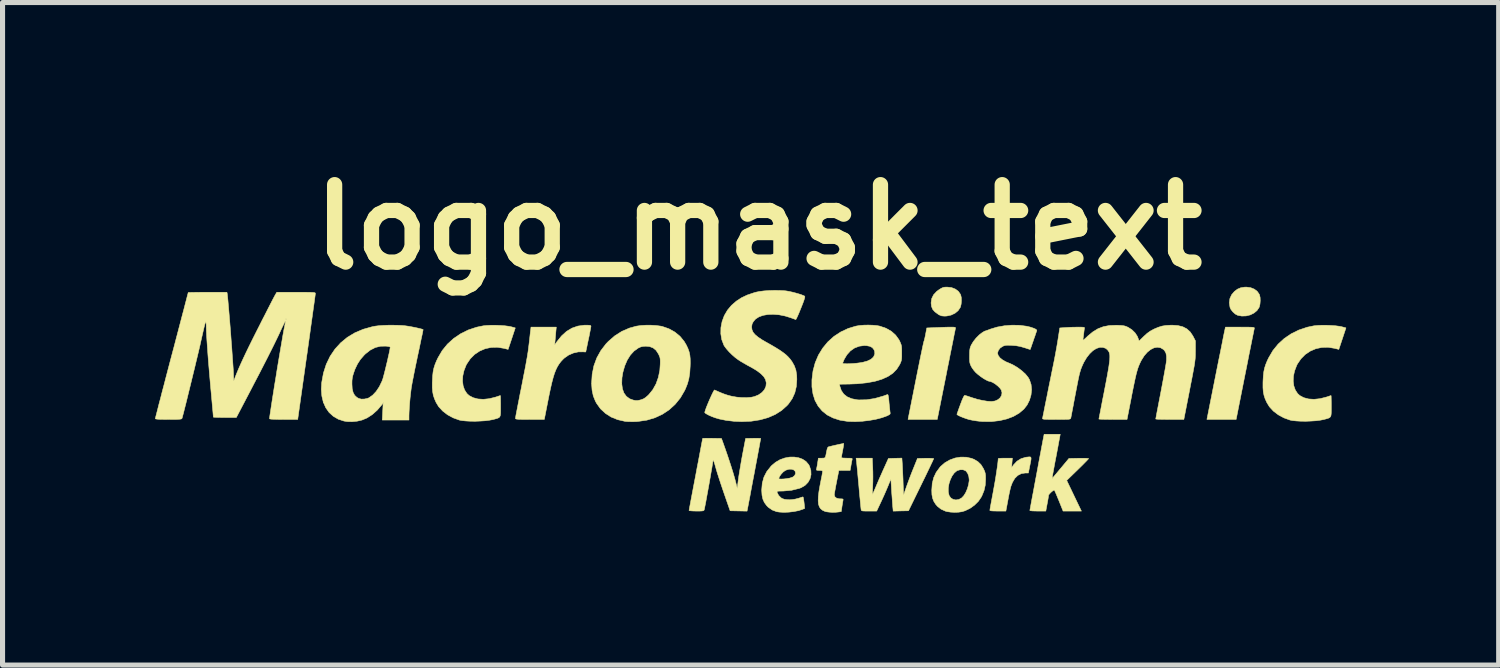
<source format=kicad_pcb>
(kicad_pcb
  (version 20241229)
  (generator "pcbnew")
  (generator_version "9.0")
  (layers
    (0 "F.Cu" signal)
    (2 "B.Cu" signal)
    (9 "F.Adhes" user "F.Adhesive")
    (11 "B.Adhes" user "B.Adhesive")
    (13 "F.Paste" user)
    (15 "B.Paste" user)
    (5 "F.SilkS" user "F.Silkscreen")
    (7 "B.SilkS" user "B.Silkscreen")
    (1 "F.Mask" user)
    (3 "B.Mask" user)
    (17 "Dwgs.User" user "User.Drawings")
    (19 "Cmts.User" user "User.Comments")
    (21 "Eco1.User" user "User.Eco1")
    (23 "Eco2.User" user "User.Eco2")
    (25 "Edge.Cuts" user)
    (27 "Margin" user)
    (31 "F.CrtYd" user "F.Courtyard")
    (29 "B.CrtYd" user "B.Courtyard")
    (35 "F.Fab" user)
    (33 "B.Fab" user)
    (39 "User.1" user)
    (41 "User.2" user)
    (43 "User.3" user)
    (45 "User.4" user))
  (footprint "logo_mask_text"
    (layer "F.Cu")
    (at 11.88 1.418)
    (property "Reference" "logo_mask_text" (at 0 0 0) (layer "F.SilkS") (effects (font (size 1.524 1.524) (thickness 0.3))))
    (attr through_hole)
    (fp_poly (pts (xy 9.678 1.192) (xy 9.75 1.221) (xy 9.808 1.265) (xy 9.848 1.323) (xy 9.854 1.338) (xy 9.865 1.387) (xy 9.867 1.45) (xy 9.862 1.515) (xy 9.849 1.57) (xy 9.844 1.582) (xy 9.803 1.643) (xy 9.743 1.692) (xy 9.671 1.728) (xy 9.59 1.748) (xy 9.505 1.751) (xy 9.424 1.736) (xy 9.376 1.711) (xy 9.329 1.669) (xy 9.291 1.621) (xy 9.272 1.579) (xy 9.259 1.489) (xy 9.27 1.406) (xy 9.305 1.33) (xy 9.36 1.266) (xy 9.42 1.221) (xy 9.484 1.194) (xy 9.56 1.182) (xy 9.596 1.181) (xy 9.678 1.192)) (stroke (width 0.01) (type solid)) (fill yes) (layer "F.SilkS"))
    (fp_poly (pts (xy 3.794 1.191) (xy 3.868 1.22) (xy 3.927 1.264) (xy 3.968 1.323) (xy 3.974 1.338) (xy 3.985 1.387) (xy 3.987 1.45) (xy 3.982 1.515) (xy 3.969 1.57) (xy 3.964 1.582) (xy 3.922 1.645) (xy 3.861 1.695) (xy 3.785 1.731) (xy 3.699 1.75) (xy 3.652 1.752) (xy 3.597 1.747) (xy 3.548 1.727) (xy 3.531 1.716) (xy 3.466 1.668) (xy 3.423 1.62) (xy 3.4 1.565) (xy 3.391 1.499) (xy 3.391 1.487) (xy 3.403 1.407) (xy 3.439 1.333) (xy 3.499 1.268) (xy 3.543 1.235) (xy 3.587 1.207) (xy 3.621 1.191) (xy 3.653 1.183) (xy 3.694 1.181) (xy 3.708 1.181) (xy 3.794 1.191)) (stroke (width 0.01) (type solid)) (fill yes) (layer "F.SilkS"))
    (fp_poly (pts (xy 9.562 1.969) (xy 9.632 1.969) (xy 9.683 1.97) (xy 9.717 1.972) (xy 9.738 1.975) (xy 9.749 1.98) (xy 9.752 1.986) (xy 9.751 1.991) (xy 9.748 2.007) (xy 9.74 2.045) (xy 9.728 2.105) (xy 9.712 2.183) (xy 9.693 2.278) (xy 9.671 2.388) (xy 9.646 2.51) (xy 9.62 2.644) (xy 9.592 2.785) (xy 9.569 2.899) (xy 9.393 3.785) (xy 8.818 3.785) (xy 8.993 2.905) (xy 9.022 2.759) (xy 9.05 2.619) (xy 9.077 2.488) (xy 9.101 2.369) (xy 9.122 2.262) (xy 9.14 2.17) (xy 9.155 2.096) (xy 9.167 2.041) (xy 9.174 2.007) (xy 9.176 1.997) (xy 9.183 1.968) (xy 9.47 1.968) (xy 9.562 1.969)) (stroke (width 0.01) (type solid)) (fill yes) (layer "F.SilkS"))
    (fp_poly (pts (xy 3.83 1.969) (xy 3.858 1.972) (xy 3.87 1.978) (xy 3.871 1.988) (xy 3.871 1.991) (xy 3.867 2.007) (xy 3.86 2.045) (xy 3.847 2.105) (xy 3.832 2.183) (xy 3.813 2.278) (xy 3.791 2.388) (xy 3.766 2.51) (xy 3.74 2.644) (xy 3.711 2.785) (xy 3.689 2.899) (xy 3.512 3.785) (xy 2.937 3.785) (xy 3.088 3.026) (xy 3.115 2.89) (xy 3.141 2.762) (xy 3.165 2.643) (xy 3.187 2.535) (xy 3.207 2.441) (xy 3.223 2.363) (xy 3.236 2.304) (xy 3.245 2.265) (xy 3.249 2.248) (xy 3.25 2.248) (xy 3.256 2.228) (xy 3.266 2.189) (xy 3.277 2.138) (xy 3.283 2.107) (xy 3.306 1.985) (xy 3.496 1.977) (xy 3.573 1.974) (xy 3.65 1.971) (xy 3.719 1.969) (xy 3.772 1.969) (xy 3.782 1.968) (xy 3.83 1.969)) (stroke (width 0.01) (type solid)) (fill yes) (layer "F.SilkS"))
    (fp_poly (pts (xy 5.353 4.529) (xy 5.358 4.547) (xy 5.356 4.579) (xy 5.347 4.628) (xy 5.333 4.699) (xy 5.332 4.702) (xy 5.305 4.839) (xy 5.243 4.839) (xy 5.165 4.851) (xy 5.097 4.886) (xy 5.038 4.944) (xy 4.991 5.024) (xy 4.962 5.099) (xy 4.952 5.135) (xy 4.939 5.19) (xy 4.925 5.256) (xy 4.911 5.326) (xy 4.909 5.34) (xy 4.896 5.408) (xy 4.885 5.468) (xy 4.876 5.517) (xy 4.87 5.548) (xy 4.869 5.553) (xy 4.862 5.588) (xy 4.704 5.588) (xy 4.628 5.587) (xy 4.577 5.584) (xy 4.55 5.578) (xy 4.547 5.574) (xy 4.549 5.559) (xy 4.555 5.521) (xy 4.565 5.466) (xy 4.578 5.396) (xy 4.593 5.314) (xy 4.61 5.224) (xy 4.61 5.223) (xy 4.629 5.119) (xy 4.648 5.013) (xy 4.665 4.91) (xy 4.68 4.811) (xy 4.693 4.723) (xy 4.703 4.648) (xy 4.709 4.59) (xy 4.712 4.556) (xy 4.723 4.552) (xy 4.756 4.549) (xy 4.803 4.547) (xy 4.851 4.547) (xy 4.99 4.547) (xy 4.982 4.639) (xy 4.975 4.731) (xy 5.014 4.678) (xy 5.081 4.607) (xy 5.161 4.557) (xy 5.254 4.529) (xy 5.283 4.526) (xy 5.316 4.522) (xy 5.339 4.522) (xy 5.353 4.529)) (stroke (width 0.01) (type solid)) (fill yes) (layer "F.SilkS"))
    (fp_poly (pts (xy 4.082 4.528) (xy 4.186 4.551) (xy 4.237 4.571) (xy 4.312 4.616) (xy 4.371 4.673) (xy 4.418 4.748) (xy 4.428 4.769) (xy 4.446 4.809) (xy 4.456 4.845) (xy 4.462 4.884) (xy 4.463 4.937) (xy 4.463 4.966) (xy 4.456 5.08) (xy 4.433 5.183) (xy 4.393 5.282) (xy 4.378 5.312) (xy 4.321 5.396) (xy 4.244 5.472) (xy 4.154 5.536) (xy 4.058 5.582) (xy 3.999 5.6) (xy 3.932 5.61) (xy 3.855 5.613) (xy 3.777 5.609) (xy 3.708 5.599) (xy 3.674 5.59) (xy 3.586 5.55) (xy 3.517 5.496) (xy 3.479 5.452) (xy 3.443 5.394) (xy 3.42 5.334) (xy 3.407 5.265) (xy 3.404 5.179) (xy 3.404 5.177) (xy 3.407 5.136) (xy 3.729 5.136) (xy 3.729 5.214) (xy 3.745 5.28) (xy 3.745 5.282) (xy 3.778 5.329) (xy 3.824 5.358) (xy 3.878 5.369) (xy 3.936 5.36) (xy 3.991 5.331) (xy 4.034 5.286) (xy 4.073 5.223) (xy 4.105 5.148) (xy 4.128 5.068) (xy 4.14 4.99) (xy 4.14 4.97) (xy 4.133 4.908) (xy 4.113 4.851) (xy 4.084 4.808) (xy 4.067 4.793) (xy 4.019 4.775) (xy 3.962 4.775) (xy 3.906 4.791) (xy 3.897 4.796) (xy 3.847 4.838) (xy 3.803 4.899) (xy 3.768 4.973) (xy 3.742 5.054) (xy 3.729 5.136) (xy 3.407 5.136) (xy 3.413 5.046) (xy 3.442 4.93) (xy 3.491 4.826) (xy 3.562 4.729) (xy 3.577 4.711) (xy 3.661 4.638) (xy 3.758 4.582) (xy 3.863 4.544) (xy 3.973 4.526) (xy 4.082 4.528)) (stroke (width 0.01) (type solid)) (fill yes) (layer "F.SilkS"))
    (fp_poly (pts (xy -5.178 1.932) (xy -5.084 1.936) (xy -4.997 1.942) (xy -4.921 1.952) (xy -4.875 1.961) (xy -4.791 1.984) (xy -4.861 2.195) (xy -4.932 2.407) (xy -5.015 2.386) (xy -5.141 2.365) (xy -5.265 2.368) (xy -5.383 2.393) (xy -5.493 2.44) (xy -5.592 2.506) (xy -5.677 2.592) (xy -5.746 2.694) (xy -5.761 2.723) (xy -5.801 2.827) (xy -5.824 2.93) (xy -5.829 3.031) (xy -5.817 3.124) (xy -5.788 3.206) (xy -5.743 3.275) (xy -5.7 3.315) (xy -5.62 3.357) (xy -5.526 3.382) (xy -5.419 3.389) (xy -5.304 3.377) (xy -5.183 3.347) (xy -5.145 3.335) (xy -5.111 3.323) (xy -5.089 3.316) (xy -5.085 3.315) (xy -5.083 3.327) (xy -5.082 3.36) (xy -5.081 3.41) (xy -5.08 3.473) (xy -5.08 3.524) (xy -5.08 3.604) (xy -5.081 3.662) (xy -5.085 3.703) (xy -5.095 3.731) (xy -5.112 3.749) (xy -5.14 3.762) (xy -5.181 3.774) (xy -5.229 3.787) (xy -5.297 3.8) (xy -5.382 3.811) (xy -5.478 3.817) (xy -5.578 3.821) (xy -5.677 3.82) (xy -5.767 3.815) (xy -5.844 3.807) (xy -5.89 3.798) (xy -6.012 3.754) (xy -6.123 3.694) (xy -6.219 3.62) (xy -6.298 3.535) (xy -6.349 3.451) (xy -6.381 3.378) (xy -6.404 3.31) (xy -6.417 3.239) (xy -6.424 3.159) (xy -6.424 3.063) (xy -6.422 3.029) (xy -6.417 2.93) (xy -6.408 2.848) (xy -6.393 2.776) (xy -6.371 2.706) (xy -6.34 2.63) (xy -6.312 2.572) (xy -6.229 2.43) (xy -6.126 2.303) (xy -6.005 2.193) (xy -5.868 2.1) (xy -5.717 2.025) (xy -5.552 1.97) (xy -5.421 1.943) (xy -5.353 1.936) (xy -5.27 1.932) (xy -5.178 1.932)) (stroke (width 0.01) (type solid)) (fill yes) (layer "F.SilkS"))
    (fp_poly (pts (xy 11.167 1.932) (xy 11.26 1.936) (xy 11.348 1.942) (xy 11.423 1.952) (xy 11.47 1.961) (xy 11.554 1.984) (xy 11.484 2.195) (xy 11.413 2.407) (xy 11.33 2.386) (xy 11.204 2.365) (xy 11.08 2.368) (xy 10.962 2.393) (xy 10.852 2.44) (xy 10.753 2.506) (xy 10.668 2.592) (xy 10.598 2.694) (xy 10.584 2.723) (xy 10.544 2.827) (xy 10.521 2.93) (xy 10.516 3.031) (xy 10.528 3.124) (xy 10.557 3.206) (xy 10.602 3.275) (xy 10.645 3.315) (xy 10.724 3.357) (xy 10.819 3.382) (xy 10.925 3.389) (xy 11.041 3.377) (xy 11.162 3.347) (xy 11.2 3.335) (xy 11.234 3.323) (xy 11.256 3.316) (xy 11.26 3.315) (xy 11.262 3.327) (xy 11.263 3.36) (xy 11.264 3.41) (xy 11.265 3.473) (xy 11.265 3.524) (xy 11.265 3.604) (xy 11.264 3.662) (xy 11.26 3.703) (xy 11.25 3.731) (xy 11.232 3.749) (xy 11.205 3.762) (xy 11.164 3.774) (xy 11.115 3.787) (xy 11.048 3.8) (xy 10.963 3.811) (xy 10.867 3.817) (xy 10.767 3.821) (xy 10.668 3.82) (xy 10.578 3.815) (xy 10.501 3.807) (xy 10.455 3.798) (xy 10.333 3.754) (xy 10.222 3.694) (xy 10.125 3.62) (xy 10.047 3.535) (xy 9.996 3.451) (xy 9.963 3.378) (xy 9.941 3.31) (xy 9.927 3.239) (xy 9.921 3.159) (xy 9.921 3.063) (xy 9.922 3.029) (xy 9.928 2.93) (xy 9.937 2.848) (xy 9.952 2.776) (xy 9.974 2.706) (xy 10.005 2.63) (xy 10.033 2.572) (xy 10.116 2.43) (xy 10.219 2.303) (xy 10.339 2.193) (xy 10.476 2.1) (xy 10.628 2.025) (xy 10.793 1.97) (xy 10.923 1.943) (xy 10.991 1.936) (xy 11.075 1.932) (xy 11.167 1.932)) (stroke (width 0.01) (type solid)) (fill yes) (layer "F.SilkS"))
    (fp_poly (pts (xy 5.923 4.124) (xy 5.919 4.149) (xy 5.91 4.194) (xy 5.898 4.258) (xy 5.884 4.336) (xy 5.867 4.425) (xy 5.849 4.521) (xy 5.841 4.559) (xy 5.823 4.655) (xy 5.807 4.742) (xy 5.793 4.818) (xy 5.782 4.879) (xy 5.774 4.922) (xy 5.77 4.945) (xy 5.77 4.948) (xy 5.778 4.939) (xy 5.801 4.914) (xy 5.834 4.875) (xy 5.876 4.825) (xy 5.925 4.766) (xy 5.938 4.751) (xy 6.103 4.553) (xy 6.296 4.549) (xy 6.363 4.549) (xy 6.42 4.549) (xy 6.463 4.551) (xy 6.486 4.554) (xy 6.49 4.556) (xy 6.481 4.567) (xy 6.457 4.593) (xy 6.419 4.632) (xy 6.371 4.681) (xy 6.314 4.737) (xy 6.275 4.775) (xy 6.059 4.985) (xy 6.348 5.588) (xy 6.168 5.588) (xy 5.988 5.588) (xy 5.906 5.384) (xy 5.878 5.317) (xy 5.854 5.258) (xy 5.834 5.213) (xy 5.821 5.184) (xy 5.816 5.175) (xy 5.801 5.179) (xy 5.777 5.196) (xy 5.748 5.221) (xy 5.722 5.248) (xy 5.705 5.27) (xy 5.702 5.279) (xy 5.7 5.299) (xy 5.694 5.338) (xy 5.685 5.39) (xy 5.675 5.443) (xy 5.648 5.588) (xy 5.491 5.588) (xy 5.431 5.587) (xy 5.382 5.585) (xy 5.348 5.581) (xy 5.334 5.577) (xy 5.334 5.576) (xy 5.336 5.563) (xy 5.343 5.527) (xy 5.353 5.471) (xy 5.366 5.399) (xy 5.382 5.312) (xy 5.401 5.214) (xy 5.421 5.107) (xy 5.442 4.993) (xy 5.464 4.877) (xy 5.486 4.759) (xy 5.507 4.643) (xy 5.528 4.532) (xy 5.548 4.428) (xy 5.565 4.334) (xy 5.581 4.253) (xy 5.593 4.187) (xy 5.603 4.139) (xy 5.608 4.112) (xy 5.608 4.112) (xy 5.615 4.077) (xy 5.932 4.077) (xy 5.923 4.124)) (stroke (width 0.01) (type solid)) (fill yes) (layer "F.SilkS"))
    (fp_poly (pts (xy -3.359 1.931) (xy -3.326 1.933) (xy -3.309 1.938) (xy -3.303 1.947) (xy -3.302 1.953) (xy -3.305 1.972) (xy -3.312 2.011) (xy -3.323 2.067) (xy -3.336 2.135) (xy -3.352 2.21) (xy -3.353 2.213) (xy -3.369 2.288) (xy -3.382 2.353) (xy -3.393 2.405) (xy -3.401 2.441) (xy -3.404 2.456) (xy -3.404 2.456) (xy -3.415 2.458) (xy -3.443 2.456) (xy -3.458 2.455) (xy -3.551 2.456) (xy -3.648 2.478) (xy -3.741 2.518) (xy -3.823 2.575) (xy -3.852 2.602) (xy -3.894 2.647) (xy -3.93 2.695) (xy -3.963 2.748) (xy -3.992 2.808) (xy -4.02 2.879) (xy -4.046 2.963) (xy -4.072 3.062) (xy -4.099 3.18) (xy -4.128 3.318) (xy -4.147 3.414) (xy -4.22 3.785) (xy -4.504 3.785) (xy -4.596 3.784) (xy -4.666 3.784) (xy -4.717 3.783) (xy -4.752 3.78) (xy -4.773 3.777) (xy -4.784 3.772) (xy -4.788 3.766) (xy -4.788 3.764) (xy -4.785 3.747) (xy -4.779 3.708) (xy -4.768 3.65) (xy -4.753 3.574) (xy -4.736 3.485) (xy -4.716 3.384) (xy -4.695 3.274) (xy -4.68 3.202) (xy -4.65 3.05) (xy -4.625 2.92) (xy -4.603 2.81) (xy -4.585 2.716) (xy -4.571 2.635) (xy -4.558 2.566) (xy -4.548 2.504) (xy -4.539 2.447) (xy -4.532 2.393) (xy -4.525 2.338) (xy -4.518 2.28) (xy -4.515 2.254) (xy -4.507 2.185) (xy -4.5 2.119) (xy -4.494 2.065) (xy -4.489 2.027) (xy -4.488 2.022) (xy -4.482 1.968) (xy -3.984 1.968) (xy -3.993 2.061) (xy -3.998 2.123) (xy -4.004 2.189) (xy -4.008 2.235) (xy -4.016 2.318) (xy -3.971 2.254) (xy -3.881 2.142) (xy -3.783 2.053) (xy -3.675 1.988) (xy -3.56 1.948) (xy -3.436 1.931) (xy -3.413 1.931) (xy -3.359 1.931)) (stroke (width 0.01) (type solid)) (fill yes) (layer "F.SilkS"))
    (fp_poly (pts (xy 0.784 4.539) (xy 0.863 4.568) (xy 0.93 4.613) (xy 0.982 4.674) (xy 0.998 4.704) (xy 1.025 4.789) (xy 1.028 4.872) (xy 1.009 4.951) (xy 0.969 5.023) (xy 0.91 5.083) (xy 0.833 5.128) (xy 0.799 5.141) (xy 0.645 5.179) (xy 0.48 5.194) (xy 0.453 5.194) (xy 0.404 5.195) (xy 0.375 5.197) (xy 0.362 5.202) (xy 0.359 5.212) (xy 0.362 5.223) (xy 0.39 5.279) (xy 0.438 5.327) (xy 0.459 5.34) (xy 0.505 5.357) (xy 0.569 5.365) (xy 0.642 5.364) (xy 0.717 5.353) (xy 0.784 5.336) (xy 0.825 5.322) (xy 0.856 5.312) (xy 0.869 5.309) (xy 0.875 5.319) (xy 0.882 5.353) (xy 0.89 5.41) (xy 0.896 5.464) (xy 0.903 5.536) (xy 0.86 5.554) (xy 0.784 5.579) (xy 0.692 5.597) (xy 0.593 5.609) (xy 0.495 5.613) (xy 0.406 5.608) (xy 0.352 5.6) (xy 0.263 5.566) (xy 0.185 5.511) (xy 0.155 5.48) (xy 0.11 5.419) (xy 0.081 5.354) (xy 0.064 5.277) (xy 0.058 5.183) (xy 0.058 5.169) (xy 0.069 5.038) (xy 0.094 4.95) (xy 0.394 4.95) (xy 0.405 4.956) (xy 0.436 4.958) (xy 0.481 4.957) (xy 0.533 4.952) (xy 0.587 4.943) (xy 0.611 4.939) (xy 0.671 4.918) (xy 0.708 4.886) (xy 0.724 4.846) (xy 0.724 4.839) (xy 0.713 4.801) (xy 0.684 4.776) (xy 0.642 4.764) (xy 0.592 4.765) (xy 0.537 4.782) (xy 0.513 4.795) (xy 0.478 4.821) (xy 0.443 4.859) (xy 0.414 4.899) (xy 0.397 4.934) (xy 0.394 4.95) (xy 0.094 4.95) (xy 0.102 4.919) (xy 0.158 4.81) (xy 0.238 4.709) (xy 0.254 4.692) (xy 0.332 4.627) (xy 0.418 4.577) (xy 0.51 4.544) (xy 0.604 4.526) (xy 0.697 4.525) (xy 0.784 4.539)) (stroke (width 0.01) (type solid)) (fill yes) (layer "F.SilkS"))
    (fp_poly (pts (xy -2.018 1.937) (xy -1.93 1.949) (xy -1.9 1.955) (xy -1.768 2.001) (xy -1.651 2.066) (xy -1.551 2.148) (xy -1.469 2.248) (xy -1.424 2.324) (xy -1.392 2.393) (xy -1.37 2.456) (xy -1.356 2.52) (xy -1.349 2.593) (xy -1.348 2.68) (xy -1.35 2.743) (xy -1.358 2.87) (xy -1.375 2.979) (xy -1.402 3.08) (xy -1.441 3.179) (xy -1.46 3.219) (xy -1.543 3.361) (xy -1.645 3.487) (xy -1.762 3.594) (xy -1.896 3.683) (xy -2.042 3.751) (xy -2.202 3.799) (xy -2.372 3.824) (xy -2.421 3.828) (xy -2.488 3.829) (xy -2.554 3.828) (xy -2.61 3.825) (xy -2.635 3.822) (xy -2.778 3.789) (xy -2.906 3.737) (xy -3.018 3.665) (xy -3.114 3.576) (xy -3.191 3.469) (xy -3.214 3.427) (xy -3.256 3.323) (xy -3.28 3.21) (xy -3.289 3.082) (xy -2.696 3.082) (xy -2.683 3.182) (xy -2.653 3.265) (xy -2.605 3.331) (xy -2.54 3.379) (xy -2.47 3.404) (xy -2.425 3.413) (xy -2.385 3.413) (xy -2.339 3.404) (xy -2.311 3.396) (xy -2.269 3.38) (xy -2.229 3.355) (xy -2.186 3.318) (xy -2.165 3.298) (xy -2.086 3.201) (xy -2.022 3.087) (xy -1.976 2.958) (xy -1.947 2.819) (xy -1.939 2.698) (xy -1.938 2.638) (xy -1.94 2.595) (xy -1.946 2.562) (xy -1.958 2.531) (xy -1.975 2.495) (xy -2.021 2.425) (xy -2.078 2.378) (xy -2.148 2.351) (xy -2.221 2.344) (xy -2.276 2.347) (xy -2.32 2.357) (xy -2.365 2.377) (xy -2.373 2.381) (xy -2.455 2.44) (xy -2.527 2.519) (xy -2.589 2.618) (xy -2.638 2.732) (xy -2.674 2.858) (xy -2.692 2.966) (xy -2.696 3.082) (xy -3.289 3.082) (xy -3.289 3.081) (xy -3.289 3.073) (xy -3.278 2.896) (xy -3.244 2.729) (xy -3.187 2.574) (xy -3.107 2.43) (xy -3.005 2.297) (xy -2.958 2.248) (xy -2.832 2.139) (xy -2.693 2.051) (xy -2.544 1.987) (xy -2.41 1.95) (xy -2.322 1.937) (xy -2.222 1.931) (xy -2.118 1.931) (xy -2.018 1.937)) (stroke (width 0.01) (type solid)) (fill yes) (layer "F.SilkS"))
    (fp_poly (pts (xy 2.824 4.664) (xy 2.827 4.715) (xy 2.83 4.786) (xy 2.834 4.868) (xy 2.838 4.956) (xy 2.84 5.028) (xy 2.849 5.275) (xy 2.903 5.117) (xy 2.928 5.048) (xy 2.959 4.964) (xy 2.993 4.874) (xy 3.027 4.788) (xy 3.04 4.756) (xy 3.122 4.553) (xy 3.282 4.549) (xy 3.342 4.549) (xy 3.392 4.55) (xy 3.427 4.553) (xy 3.442 4.556) (xy 3.442 4.557) (xy 3.436 4.57) (xy 3.421 4.604) (xy 3.396 4.656) (xy 3.364 4.724) (xy 3.325 4.805) (xy 3.281 4.897) (xy 3.232 4.997) (xy 3.194 5.075) (xy 2.946 5.582) (xy 2.795 5.585) (xy 2.645 5.589) (xy 2.636 5.496) (xy 2.631 5.433) (xy 2.626 5.359) (xy 2.62 5.279) (xy 2.614 5.199) (xy 2.61 5.125) (xy 2.606 5.062) (xy 2.603 5.015) (xy 2.603 4.997) (xy 2.602 4.976) (xy 2.599 4.969) (xy 2.592 4.978) (xy 2.58 5.005) (xy 2.56 5.053) (xy 2.555 5.067) (xy 2.532 5.122) (xy 2.502 5.192) (xy 2.468 5.27) (xy 2.432 5.349) (xy 2.414 5.388) (xy 2.32 5.588) (xy 2.17 5.588) (xy 2.106 5.588) (xy 2.063 5.587) (xy 2.037 5.584) (xy 2.023 5.578) (xy 2.016 5.569) (xy 2.014 5.559) (xy 2.011 5.54) (xy 2.007 5.499) (xy 2.001 5.439) (xy 1.994 5.363) (xy 1.985 5.274) (xy 1.976 5.175) (xy 1.969 5.093) (xy 1.959 4.987) (xy 1.95 4.888) (xy 1.942 4.798) (xy 1.934 4.72) (xy 1.928 4.659) (xy 1.924 4.617) (xy 1.922 4.601) (xy 1.915 4.547) (xy 2.233 4.547) (xy 2.242 4.732) (xy 2.245 4.819) (xy 2.246 4.916) (xy 2.245 5.012) (xy 2.242 5.091) (xy 2.239 5.153) (xy 2.237 5.205) (xy 2.237 5.241) (xy 2.238 5.257) (xy 2.239 5.258) (xy 2.246 5.244) (xy 2.26 5.212) (xy 2.281 5.165) (xy 2.305 5.109) (xy 2.309 5.099) (xy 2.338 5.031) (xy 2.373 4.949) (xy 2.412 4.862) (xy 2.449 4.778) (xy 2.462 4.75) (xy 2.551 4.553) (xy 2.683 4.549) (xy 2.816 4.546) (xy 2.824 4.664)) (stroke (width 0.01) (type solid)) (fill yes) (layer "F.SilkS"))
    (fp_poly (pts (xy 1.671 4.272) (xy 1.667 4.305) (xy 1.659 4.352) (xy 1.651 4.395) (xy 1.64 4.45) (xy 1.632 4.496) (xy 1.627 4.527) (xy 1.626 4.537) (xy 1.637 4.541) (xy 1.669 4.545) (xy 1.714 4.546) (xy 1.735 4.547) (xy 1.788 4.547) (xy 1.819 4.549) (xy 1.835 4.553) (xy 1.839 4.562) (xy 1.837 4.575) (xy 1.831 4.602) (xy 1.823 4.644) (xy 1.814 4.694) (xy 1.814 4.696) (xy 1.798 4.788) (xy 1.687 4.788) (xy 1.637 4.788) (xy 1.598 4.789) (xy 1.577 4.79) (xy 1.575 4.791) (xy 1.572 4.804) (xy 1.566 4.838) (xy 1.556 4.888) (xy 1.543 4.952) (xy 1.531 5.016) (xy 1.516 5.09) (xy 1.504 5.157) (xy 1.494 5.212) (xy 1.488 5.251) (xy 1.486 5.267) (xy 1.497 5.306) (xy 1.529 5.333) (xy 1.579 5.346) (xy 1.601 5.347) (xy 1.639 5.348) (xy 1.657 5.353) (xy 1.66 5.364) (xy 1.659 5.369) (xy 1.655 5.392) (xy 1.648 5.432) (xy 1.64 5.481) (xy 1.638 5.494) (xy 1.623 5.598) (xy 1.577 5.605) (xy 1.519 5.611) (xy 1.453 5.613) (xy 1.387 5.609) (xy 1.332 5.602) (xy 1.304 5.595) (xy 1.256 5.573) (xy 1.218 5.543) (xy 1.192 5.504) (xy 1.175 5.452) (xy 1.169 5.387) (xy 1.172 5.304) (xy 1.184 5.203) (xy 1.205 5.081) (xy 1.213 5.042) (xy 1.227 4.969) (xy 1.24 4.905) (xy 1.249 4.853) (xy 1.255 4.817) (xy 1.257 4.804) (xy 1.245 4.793) (xy 1.209 4.788) (xy 1.193 4.788) (xy 1.155 4.787) (xy 1.137 4.782) (xy 1.134 4.771) (xy 1.135 4.766) (xy 1.14 4.743) (xy 1.148 4.703) (xy 1.156 4.654) (xy 1.157 4.645) (xy 1.173 4.547) (xy 1.24 4.547) (xy 1.272 4.546) (xy 1.293 4.543) (xy 1.306 4.532) (xy 1.316 4.509) (xy 1.324 4.47) (xy 1.334 4.417) (xy 1.346 4.364) (xy 1.359 4.334) (xy 1.37 4.325) (xy 1.401 4.317) (xy 1.445 4.306) (xy 1.497 4.294) (xy 1.551 4.282) (xy 1.601 4.271) (xy 1.641 4.263) (xy 1.667 4.259) (xy 1.672 4.258) (xy 1.671 4.272)) (stroke (width 0.01) (type solid)) (fill yes) (layer "F.SilkS"))
    (fp_poly (pts (xy -0.005 4.156) (xy 0.027 4.157) (xy 0.038 4.16) (xy 0.036 4.174) (xy 0.029 4.209) (xy 0.019 4.264) (xy 0.006 4.336) (xy -0.01 4.421) (xy -0.028 4.518) (xy -0.048 4.624) (xy -0.069 4.735) (xy -0.09 4.849) (xy -0.112 4.963) (xy -0.133 5.075) (xy -0.153 5.181) (xy -0.171 5.28) (xy -0.188 5.368) (xy -0.202 5.442) (xy -0.213 5.5) (xy -0.221 5.539) (xy -0.223 5.553) (xy -0.231 5.589) (xy -0.564 5.582) (xy -0.683 5.239) (xy -0.717 5.139) (xy -0.751 5.038) (xy -0.783 4.94) (xy -0.812 4.85) (xy -0.835 4.775) (xy -0.849 4.724) (xy -0.866 4.664) (xy -0.881 4.618) (xy -0.892 4.589) (xy -0.898 4.582) (xy -0.899 4.585) (xy -0.904 4.62) (xy -0.913 4.675) (xy -0.924 4.746) (xy -0.939 4.83) (xy -0.955 4.923) (xy -0.972 5.021) (xy -0.99 5.121) (xy -1.008 5.219) (xy -1.025 5.312) (xy -1.04 5.396) (xy -1.054 5.467) (xy -1.065 5.522) (xy -1.072 5.557) (xy -1.075 5.566) (xy -1.08 5.575) (xy -1.093 5.582) (xy -1.118 5.586) (xy -1.16 5.588) (xy -1.221 5.588) (xy -1.226 5.588) (xy -1.284 5.587) (xy -1.33 5.584) (xy -1.361 5.581) (xy -1.372 5.576) (xy -1.369 5.562) (xy -1.363 5.525) (xy -1.352 5.468) (xy -1.338 5.392) (xy -1.321 5.301) (xy -1.301 5.196) (xy -1.279 5.08) (xy -1.255 4.955) (xy -1.238 4.866) (xy -1.214 4.736) (xy -1.19 4.614) (xy -1.169 4.502) (xy -1.15 4.401) (xy -1.134 4.315) (xy -1.121 4.246) (xy -1.111 4.196) (xy -1.106 4.166) (xy -1.105 4.16) (xy -1.093 4.157) (xy -1.06 4.156) (xy -1.011 4.155) (xy -0.949 4.155) (xy -0.919 4.156) (xy -0.734 4.159) (xy -0.699 4.255) (xy -0.658 4.371) (xy -0.616 4.492) (xy -0.576 4.613) (xy -0.538 4.73) (xy -0.505 4.836) (xy -0.479 4.926) (xy -0.465 4.977) (xy -0.423 5.141) (xy -0.402 4.968) (xy -0.393 4.904) (xy -0.38 4.822) (xy -0.364 4.727) (xy -0.347 4.626) (xy -0.329 4.525) (xy -0.32 4.477) (xy -0.259 4.159) (xy -0.111 4.156) (xy -0.053 4.155) (xy -0.005 4.156)) (stroke (width 0.01) (type solid)) (fill yes) (layer "F.SilkS"))
    (fp_poly (pts (xy 2.244 1.931) (xy 2.324 1.938) (xy 2.381 1.949) (xy 2.505 1.992) (xy 2.609 2.051) (xy 2.693 2.126) (xy 2.758 2.216) (xy 2.773 2.245) (xy 2.79 2.284) (xy 2.802 2.316) (xy 2.809 2.349) (xy 2.812 2.39) (xy 2.813 2.446) (xy 2.813 2.477) (xy 2.813 2.541) (xy 2.811 2.587) (xy 2.806 2.622) (xy 2.796 2.653) (xy 2.782 2.686) (xy 2.771 2.708) (xy 2.714 2.797) (xy 2.638 2.875) (xy 2.541 2.94) (xy 2.423 2.993) (xy 2.284 3.035) (xy 2.124 3.064) (xy 1.942 3.083) (xy 1.787 3.089) (xy 1.587 3.092) (xy 1.595 3.131) (xy 1.624 3.217) (xy 1.673 3.287) (xy 1.74 3.34) (xy 1.827 3.377) (xy 1.933 3.398) (xy 1.97 3.401) (xy 2.121 3.398) (xy 2.281 3.373) (xy 2.447 3.326) (xy 2.529 3.296) (xy 2.537 3.296) (xy 2.544 3.305) (xy 2.549 3.327) (xy 2.555 3.365) (xy 2.561 3.423) (xy 2.564 3.463) (xy 2.571 3.529) (xy 2.577 3.587) (xy 2.582 3.632) (xy 2.586 3.658) (xy 2.586 3.661) (xy 2.584 3.677) (xy 2.567 3.692) (xy 2.529 3.712) (xy 2.522 3.715) (xy 2.422 3.751) (xy 2.303 3.782) (xy 2.172 3.805) (xy 2.036 3.821) (xy 1.901 3.828) (xy 1.773 3.825) (xy 1.746 3.823) (xy 1.595 3.799) (xy 1.462 3.756) (xy 1.345 3.696) (xy 1.247 3.617) (xy 1.168 3.523) (xy 1.107 3.412) (xy 1.067 3.285) (xy 1.046 3.143) (xy 1.046 3.004) (xy 1.067 2.832) (xy 1.107 2.681) (xy 1.651 2.681) (xy 1.663 2.686) (xy 1.695 2.689) (xy 1.743 2.69) (xy 1.801 2.688) (xy 1.865 2.684) (xy 1.931 2.678) (xy 1.992 2.67) (xy 2.045 2.661) (xy 2.046 2.661) (xy 2.137 2.636) (xy 2.207 2.602) (xy 2.253 2.561) (xy 2.261 2.549) (xy 2.283 2.498) (xy 2.281 2.449) (xy 2.267 2.413) (xy 2.235 2.372) (xy 2.187 2.346) (xy 2.12 2.333) (xy 2.075 2.331) (xy 1.977 2.344) (xy 1.885 2.379) (xy 1.803 2.436) (xy 1.734 2.513) (xy 1.683 2.598) (xy 1.666 2.637) (xy 1.654 2.668) (xy 1.651 2.681) (xy 1.107 2.681) (xy 1.11 2.67) (xy 1.174 2.519) (xy 1.258 2.382) (xy 1.359 2.259) (xy 1.478 2.152) (xy 1.612 2.064) (xy 1.761 1.994) (xy 1.911 1.949) (xy 1.981 1.937) (xy 2.065 1.93) (xy 2.155 1.928) (xy 2.244 1.931)) (stroke (width 0.01) (type solid)) (fill yes) (layer "F.SilkS"))
    (fp_poly (pts (xy -7.086 1.933) (xy -6.997 1.938) (xy -6.951 1.943) (xy -6.896 1.951) (xy -6.835 1.962) (xy -6.772 1.974) (xy -6.713 1.987) (xy -6.662 1.999) (xy -6.625 2.009) (xy -6.605 2.017) (xy -6.604 2.018) (xy -6.607 2.032) (xy -6.614 2.068) (xy -6.625 2.123) (xy -6.641 2.195) (xy -6.659 2.282) (xy -6.679 2.379) (xy -6.702 2.486) (xy -6.711 2.527) (xy -6.735 2.643) (xy -6.759 2.757) (xy -6.781 2.865) (xy -6.8 2.963) (xy -6.817 3.048) (xy -6.829 3.116) (xy -6.837 3.163) (xy -6.838 3.169) (xy -6.849 3.257) (xy -6.86 3.355) (xy -6.869 3.457) (xy -6.876 3.556) (xy -6.881 3.643) (xy -6.883 3.713) (xy -6.883 3.717) (xy -6.883 3.797) (xy -7.408 3.797) (xy -7.391 3.461) (xy -7.419 3.499) (xy -7.508 3.603) (xy -7.605 3.689) (xy -7.707 3.755) (xy -7.807 3.797) (xy -7.901 3.819) (xy -8.002 3.829) (xy -8.098 3.827) (xy -8.161 3.817) (xy -8.274 3.78) (xy -8.373 3.722) (xy -8.455 3.647) (xy -8.52 3.555) (xy -8.567 3.448) (xy -7.391 3.448) (xy -7.385 3.454) (xy -7.379 3.448) (xy -7.385 3.442) (xy -7.391 3.448) (xy -8.567 3.448) (xy -8.568 3.447) (xy -8.597 3.325) (xy -8.608 3.19) (xy -8.601 3.086) (xy -8.005 3.086) (xy -8 3.18) (xy -7.982 3.254) (xy -7.952 3.31) (xy -7.907 3.352) (xy -7.869 3.373) (xy -7.821 3.385) (xy -7.762 3.384) (xy -7.703 3.372) (xy -7.672 3.36) (xy -7.598 3.308) (xy -7.529 3.235) (xy -7.466 3.141) (xy -7.413 3.031) (xy -7.406 3.012) (xy -7.395 2.98) (xy -7.381 2.929) (xy -7.364 2.864) (xy -7.345 2.789) (xy -7.326 2.709) (xy -7.306 2.628) (xy -7.289 2.55) (xy -7.273 2.48) (xy -7.261 2.422) (xy -7.254 2.38) (xy -7.252 2.362) (xy -7.263 2.355) (xy -7.293 2.348) (xy -7.332 2.343) (xy -7.44 2.344) (xy -7.544 2.369) (xy -7.644 2.42) (xy -7.74 2.495) (xy -7.766 2.521) (xy -7.839 2.605) (xy -7.897 2.695) (xy -7.946 2.798) (xy -7.966 2.854) (xy -7.986 2.916) (xy -7.998 2.968) (xy -8.004 3.022) (xy -8.005 3.086) (xy -8.601 3.086) (xy -8.599 3.054) (xy -8.565 2.87) (xy -8.51 2.699) (xy -8.434 2.542) (xy -8.339 2.401) (xy -8.226 2.277) (xy -8.095 2.169) (xy -7.947 2.08) (xy -7.784 2.011) (xy -7.606 1.961) (xy -7.55 1.95) (xy -7.479 1.941) (xy -7.39 1.935) (xy -7.29 1.931) (xy -7.186 1.931) (xy -7.086 1.933)) (stroke (width 0.01) (type solid)) (fill yes) (layer "F.SilkS"))
    (fp_poly (pts (xy 5.133 1.933) (xy 5.271 1.951) (xy 5.338 1.967) (xy 5.396 1.986) (xy 5.44 2.004) (xy 5.466 2.022) (xy 5.471 2.035) (xy 5.465 2.052) (xy 5.452 2.089) (xy 5.435 2.14) (xy 5.413 2.201) (xy 5.404 2.229) (xy 5.382 2.291) (xy 5.364 2.344) (xy 5.35 2.384) (xy 5.342 2.406) (xy 5.341 2.409) (xy 5.33 2.406) (xy 5.299 2.396) (xy 5.256 2.382) (xy 5.228 2.373) (xy 5.144 2.349) (xy 5.061 2.334) (xy 4.985 2.328) (xy 4.924 2.325) (xy 4.88 2.325) (xy 4.849 2.329) (xy 4.821 2.337) (xy 4.797 2.348) (xy 4.748 2.382) (xy 4.714 2.427) (xy 4.699 2.476) (xy 4.699 2.483) (xy 4.711 2.526) (xy 4.744 2.571) (xy 4.796 2.613) (xy 4.861 2.65) (xy 4.9 2.666) (xy 4.996 2.708) (xy 5.088 2.762) (xy 5.173 2.825) (xy 5.246 2.891) (xy 5.301 2.959) (xy 5.326 3.002) (xy 5.358 3.097) (xy 5.368 3.199) (xy 5.357 3.304) (xy 5.327 3.406) (xy 5.279 3.502) (xy 5.216 3.582) (xy 5.124 3.66) (xy 5.012 3.725) (xy 4.884 3.774) (xy 4.741 3.808) (xy 4.586 3.826) (xy 4.421 3.827) (xy 4.345 3.821) (xy 4.278 3.813) (xy 4.205 3.801) (xy 4.142 3.788) (xy 4.131 3.785) (xy 4.077 3.768) (xy 4.022 3.748) (xy 3.972 3.728) (xy 3.931 3.709) (xy 3.905 3.693) (xy 3.899 3.685) (xy 3.903 3.671) (xy 3.915 3.637) (xy 3.932 3.588) (xy 3.954 3.528) (xy 3.967 3.493) (xy 3.998 3.411) (xy 4.023 3.354) (xy 4.041 3.321) (xy 4.053 3.311) (xy 4.072 3.316) (xy 4.108 3.327) (xy 4.158 3.344) (xy 4.197 3.357) (xy 4.297 3.388) (xy 4.4 3.411) (xy 4.496 3.427) (xy 4.578 3.432) (xy 4.581 3.432) (xy 4.649 3.422) (xy 4.706 3.396) (xy 4.75 3.358) (xy 4.778 3.312) (xy 4.786 3.26) (xy 4.772 3.206) (xy 4.77 3.203) (xy 4.743 3.166) (xy 4.702 3.126) (xy 4.654 3.088) (xy 4.605 3.058) (xy 4.561 3.039) (xy 4.54 3.035) (xy 4.512 3.028) (xy 4.47 3.007) (xy 4.42 2.978) (xy 4.368 2.942) (xy 4.318 2.904) (xy 4.277 2.868) (xy 4.273 2.865) (xy 4.234 2.821) (xy 4.199 2.773) (xy 4.178 2.737) (xy 4.164 2.705) (xy 4.154 2.674) (xy 4.149 2.638) (xy 4.147 2.589) (xy 4.147 2.534) (xy 4.148 2.469) (xy 4.151 2.422) (xy 4.157 2.386) (xy 4.167 2.353) (xy 4.181 2.321) (xy 4.221 2.254) (xy 4.276 2.184) (xy 4.34 2.12) (xy 4.388 2.083) (xy 4.419 2.063) (xy 4.44 2.05) (xy 4.445 2.048) (xy 4.459 2.044) (xy 4.491 2.033) (xy 4.535 2.017) (xy 4.557 2.008) (xy 4.688 1.968) (xy 4.833 1.942) (xy 4.984 1.93) (xy 5.133 1.933)) (stroke (width 0.01) (type solid)) (fill yes) (layer "F.SilkS"))
    (fp_poly (pts (xy 0.405 1.247) (xy 0.497 1.252) (xy 0.539 1.256) (xy 0.595 1.266) (xy 0.66 1.28) (xy 0.729 1.298) (xy 0.794 1.317) (xy 0.85 1.336) (xy 0.89 1.352) (xy 0.901 1.358) (xy 0.906 1.366) (xy 0.906 1.381) (xy 0.899 1.408) (xy 0.886 1.449) (xy 0.865 1.506) (xy 0.834 1.584) (xy 0.829 1.596) (xy 0.801 1.666) (xy 0.775 1.727) (xy 0.753 1.775) (xy 0.737 1.807) (xy 0.729 1.82) (xy 0.729 1.82) (xy 0.712 1.814) (xy 0.678 1.802) (xy 0.635 1.786) (xy 0.633 1.785) (xy 0.516 1.749) (xy 0.4 1.726) (xy 0.287 1.717) (xy 0.181 1.72) (xy 0.085 1.737) (xy 0.004 1.766) (xy -0.06 1.807) (xy -0.072 1.819) (xy -0.11 1.865) (xy -0.131 1.906) (xy -0.139 1.952) (xy -0.14 1.971) (xy -0.133 2.021) (xy -0.112 2.069) (xy -0.073 2.116) (xy -0.016 2.164) (xy 0.061 2.216) (xy 0.133 2.258) (xy 0.249 2.323) (xy 0.345 2.38) (xy 0.423 2.429) (xy 0.486 2.474) (xy 0.538 2.515) (xy 0.581 2.557) (xy 0.618 2.599) (xy 0.652 2.645) (xy 0.655 2.65) (xy 0.701 2.732) (xy 0.731 2.818) (xy 0.746 2.914) (xy 0.749 2.996) (xy 0.739 3.136) (xy 0.709 3.262) (xy 0.657 3.377) (xy 0.584 3.481) (xy 0.556 3.512) (xy 0.449 3.608) (xy 0.324 3.687) (xy 0.182 3.749) (xy 0.024 3.793) (xy -0.149 3.82) (xy -0.336 3.828) (xy -0.483 3.822) (xy -0.639 3.804) (xy -0.781 3.775) (xy -0.858 3.752) (xy -0.918 3.73) (xy -0.974 3.706) (xy -1.02 3.682) (xy -1.052 3.662) (xy -1.063 3.65) (xy -1.06 3.633) (xy -1.049 3.598) (xy -1.032 3.55) (xy -1.009 3.493) (xy -0.983 3.431) (xy -0.956 3.369) (xy -0.93 3.312) (xy -0.906 3.262) (xy -0.887 3.226) (xy -0.874 3.207) (xy -0.871 3.205) (xy -0.785 3.243) (xy -0.716 3.272) (xy -0.659 3.293) (xy -0.609 3.309) (xy -0.56 3.322) (xy -0.532 3.329) (xy -0.435 3.346) (xy -0.334 3.355) (xy -0.237 3.356) (xy -0.15 3.349) (xy -0.088 3.336) (xy -0.005 3.302) (xy 0.062 3.255) (xy 0.112 3.199) (xy 0.141 3.135) (xy 0.148 3.067) (xy 0.133 3) (xy 0.098 2.942) (xy 0.037 2.881) (xy -0.047 2.819) (xy -0.155 2.755) (xy -0.166 2.75) (xy -0.232 2.714) (xy -0.3 2.675) (xy -0.361 2.639) (xy -0.401 2.613) (xy -0.461 2.569) (xy -0.523 2.515) (xy -0.583 2.456) (xy -0.635 2.397) (xy -0.674 2.345) (xy -0.686 2.325) (xy -0.728 2.215) (xy -0.747 2.099) (xy -0.745 1.979) (xy -0.722 1.859) (xy -0.679 1.743) (xy -0.616 1.635) (xy -0.534 1.537) (xy -0.533 1.537) (xy -0.441 1.457) (xy -0.34 1.391) (xy -0.224 1.336) (xy -0.09 1.291) (xy -0.054 1.281) (xy 0.015 1.267) (xy 0.103 1.256) (xy 0.202 1.249) (xy 0.305 1.246) (xy 0.405 1.247)) (stroke (width 0.01) (type solid)) (fill yes) (layer "F.SilkS"))
    (fp_poly (pts (xy 8.248 1.938) (xy 8.344 1.962) (xy 8.423 2.003) (xy 8.489 2.063) (xy 8.542 2.142) (xy 8.547 2.152) (xy 8.592 2.239) (xy 8.592 2.431) (xy 8.591 2.476) (xy 8.591 2.516) (xy 8.589 2.554) (xy 8.587 2.592) (xy 8.582 2.633) (xy 8.576 2.681) (xy 8.567 2.738) (xy 8.554 2.806) (xy 8.539 2.889) (xy 8.52 2.989) (xy 8.496 3.109) (xy 8.478 3.204) (xy 8.364 3.785) (xy 8.087 3.785) (xy 8.007 3.784) (xy 7.935 3.783) (xy 7.877 3.782) (xy 7.835 3.78) (xy 7.813 3.777) (xy 7.811 3.776) (xy 7.813 3.763) (xy 7.82 3.726) (xy 7.83 3.671) (xy 7.844 3.598) (xy 7.861 3.51) (xy 7.88 3.411) (xy 7.901 3.303) (xy 7.913 3.24) (xy 7.935 3.124) (xy 7.956 3.012) (xy 7.975 2.908) (xy 7.992 2.815) (xy 8.006 2.735) (xy 8.016 2.674) (xy 8.021 2.632) (xy 8.023 2.621) (xy 8.023 2.541) (xy 8.011 2.478) (xy 7.984 2.43) (xy 7.962 2.408) (xy 7.905 2.374) (xy 7.842 2.364) (xy 7.777 2.376) (xy 7.711 2.409) (xy 7.646 2.461) (xy 7.584 2.532) (xy 7.528 2.621) (xy 7.511 2.654) (xy 7.492 2.695) (xy 7.474 2.738) (xy 7.457 2.785) (xy 7.441 2.84) (xy 7.424 2.904) (xy 7.406 2.982) (xy 7.386 3.076) (xy 7.363 3.188) (xy 7.336 3.323) (xy 7.334 3.337) (xy 7.246 3.785) (xy 6.97 3.785) (xy 6.889 3.784) (xy 6.817 3.783) (xy 6.759 3.782) (xy 6.717 3.78) (xy 6.695 3.778) (xy 6.693 3.777) (xy 6.695 3.763) (xy 6.702 3.727) (xy 6.713 3.671) (xy 6.727 3.598) (xy 6.744 3.51) (xy 6.763 3.41) (xy 6.785 3.301) (xy 6.801 3.218) (xy 6.83 3.068) (xy 6.854 2.941) (xy 6.873 2.834) (xy 6.888 2.746) (xy 6.898 2.673) (xy 6.905 2.614) (xy 6.907 2.566) (xy 6.907 2.528) (xy 6.903 2.497) (xy 6.896 2.47) (xy 6.891 2.457) (xy 6.867 2.421) (xy 6.833 2.39) (xy 6.83 2.388) (xy 6.771 2.366) (xy 6.708 2.367) (xy 6.642 2.389) (xy 6.575 2.431) (xy 6.511 2.492) (xy 6.45 2.57) (xy 6.395 2.663) (xy 6.364 2.73) (xy 6.35 2.764) (xy 6.337 2.797) (xy 6.326 2.833) (xy 6.314 2.874) (xy 6.302 2.923) (xy 6.289 2.983) (xy 6.274 3.058) (xy 6.256 3.151) (xy 6.234 3.264) (xy 6.223 3.322) (xy 6.204 3.421) (xy 6.187 3.514) (xy 6.171 3.596) (xy 6.158 3.664) (xy 6.148 3.716) (xy 6.142 3.748) (xy 6.14 3.756) (xy 6.137 3.765) (xy 6.132 3.772) (xy 6.121 3.777) (xy 6.101 3.781) (xy 6.069 3.783) (xy 6.021 3.784) (xy 5.954 3.785) (xy 5.866 3.785) (xy 5.856 3.785) (xy 5.765 3.784) (xy 5.696 3.784) (xy 5.647 3.783) (xy 5.614 3.781) (xy 5.594 3.777) (xy 5.585 3.773) (xy 5.583 3.766) (xy 5.583 3.762) (xy 5.587 3.745) (xy 5.595 3.705) (xy 5.607 3.648) (xy 5.621 3.575) (xy 5.638 3.49) (xy 5.657 3.397) (xy 5.665 3.359) (xy 5.687 3.247) (xy 5.711 3.127) (xy 5.736 3.006) (xy 5.759 2.891) (xy 5.78 2.788) (xy 5.796 2.711) (xy 5.816 2.612) (xy 5.837 2.502) (xy 5.857 2.392) (xy 5.875 2.289) (xy 5.887 2.214) (xy 5.923 1.985) (xy 6.037 1.977) (xy 6.103 1.973) (xy 6.181 1.97) (xy 6.258 1.969) (xy 6.283 1.968) (xy 6.342 1.969) (xy 6.38 1.97) (xy 6.401 1.974) (xy 6.409 1.98) (xy 6.409 1.99) (xy 6.409 1.991) (xy 6.404 2.015) (xy 6.399 2.055) (xy 6.395 2.089) (xy 6.389 2.138) (xy 6.383 2.182) (xy 6.38 2.203) (xy 6.378 2.219) (xy 6.381 2.224) (xy 6.394 2.217) (xy 6.418 2.197) (xy 6.457 2.161) (xy 6.472 2.146) (xy 6.572 2.063) (xy 6.673 2.001) (xy 6.78 1.96) (xy 6.898 1.937) (xy 7.032 1.932) (xy 7.048 1.932) (xy 7.115 1.935) (xy 7.164 1.939) (xy 7.201 1.946) (xy 7.233 1.957) (xy 7.266 1.972) (xy 7.34 2.019) (xy 7.403 2.08) (xy 7.448 2.148) (xy 7.461 2.18) (xy 7.483 2.242) (xy 7.577 2.15) (xy 7.642 2.091) (xy 7.705 2.046) (xy 7.775 2.008) (xy 7.857 1.973) (xy 7.932 1.949) (xy 8.01 1.936) (xy 8.099 1.931) (xy 8.134 1.93) (xy 8.248 1.938)) (stroke (width 0.01) (type solid)) (fill yes) (layer "F.SilkS"))
    (fp_poly (pts (xy -10.459 1.311) (xy -10.456 1.337) (xy -10.451 1.385) (xy -10.444 1.453) (xy -10.437 1.538) (xy -10.428 1.637) (xy -10.419 1.747) (xy -10.409 1.866) (xy -10.399 1.991) (xy -10.389 2.119) (xy -10.38 2.247) (xy -10.37 2.372) (xy -10.362 2.492) (xy -10.354 2.603) (xy -10.347 2.704) (xy -10.341 2.791) (xy -10.337 2.861) (xy -10.335 2.912) (xy -10.335 2.921) (xy -10.331 3.029) (xy -10.295 2.934) (xy -10.263 2.855) (xy -10.228 2.772) (xy -10.188 2.682) (xy -10.142 2.582) (xy -10.089 2.47) (xy -10.028 2.344) (xy -9.958 2.202) (xy -9.877 2.041) (xy -9.827 1.943) (xy -9.771 1.831) (xy -9.76 1.81) (xy -9.309 1.81) (xy -9.303 1.816) (xy -9.296 1.81) (xy -9.303 1.803) (xy -9.309 1.81) (xy -9.76 1.81) (xy -9.716 1.725) (xy -9.666 1.626) (xy -9.621 1.538) (xy -9.582 1.462) (xy -9.551 1.402) (xy -9.528 1.359) (xy -9.516 1.337) (xy -9.516 1.337) (xy -9.484 1.283) (xy -9.105 1.283) (xy -8.996 1.283) (xy -8.911 1.283) (xy -8.845 1.284) (xy -8.797 1.285) (xy -8.764 1.287) (xy -8.742 1.29) (xy -8.73 1.295) (xy -8.725 1.3) (xy -8.724 1.305) (xy -8.726 1.32) (xy -8.731 1.359) (xy -8.739 1.42) (xy -8.75 1.5) (xy -8.764 1.599) (xy -8.78 1.714) (xy -8.798 1.844) (xy -8.818 1.986) (xy -8.839 2.14) (xy -8.862 2.304) (xy -8.886 2.475) (xy -8.898 2.556) (xy -9.072 3.785) (xy -9.349 3.785) (xy -9.452 3.784) (xy -9.53 3.782) (xy -9.585 3.78) (xy -9.617 3.776) (xy -9.627 3.771) (xy -9.625 3.748) (xy -9.619 3.703) (xy -9.609 3.638) (xy -9.597 3.556) (xy -9.582 3.458) (xy -9.565 3.349) (xy -9.546 3.229) (xy -9.526 3.102) (xy -9.504 2.971) (xy -9.483 2.837) (xy -9.461 2.704) (xy -9.439 2.574) (xy -9.418 2.449) (xy -9.398 2.332) (xy -9.38 2.226) (xy -9.364 2.132) (xy -9.35 2.055) (xy -9.339 1.995) (xy -9.334 1.974) (xy -9.324 1.922) (xy -9.317 1.879) (xy -9.313 1.852) (xy -9.313 1.846) (xy -9.32 1.855) (xy -9.335 1.884) (xy -9.356 1.928) (xy -9.383 1.984) (xy -9.398 2.016) (xy -9.443 2.114) (xy -9.493 2.218) (xy -9.547 2.329) (xy -9.607 2.449) (xy -9.674 2.582) (xy -9.749 2.728) (xy -9.833 2.892) (xy -9.928 3.073) (xy -9.992 3.197) (xy -10.28 3.747) (xy -10.506 3.747) (xy -10.578 3.746) (xy -10.641 3.745) (xy -10.69 3.743) (xy -10.722 3.741) (xy -10.732 3.739) (xy -10.733 3.725) (xy -10.736 3.688) (xy -10.741 3.631) (xy -10.748 3.557) (xy -10.756 3.468) (xy -10.765 3.367) (xy -10.775 3.257) (xy -10.782 3.183) (xy -10.798 3.003) (xy -10.813 2.829) (xy -10.827 2.663) (xy -10.839 2.508) (xy -10.849 2.365) (xy -10.858 2.238) (xy -10.865 2.128) (xy -10.869 2.038) (xy -10.871 1.97) (xy -10.871 1.954) (xy -10.873 1.91) (xy -10.876 1.877) (xy -10.882 1.862) (xy -10.887 1.872) (xy -10.897 1.904) (xy -10.91 1.955) (xy -10.926 2.021) (xy -10.944 2.099) (xy -10.964 2.187) (xy -10.966 2.195) (xy -10.979 2.254) (xy -10.996 2.331) (xy -11.018 2.424) (xy -11.043 2.529) (xy -11.071 2.645) (xy -11.1 2.767) (xy -11.131 2.893) (xy -11.162 3.021) (xy -11.193 3.147) (xy -11.223 3.269) (xy -11.251 3.384) (xy -11.277 3.489) (xy -11.301 3.582) (xy -11.32 3.659) (xy -11.336 3.717) (xy -11.346 3.755) (xy -11.348 3.762) (xy -11.353 3.77) (xy -11.362 3.775) (xy -11.38 3.779) (xy -11.411 3.782) (xy -11.456 3.784) (xy -11.52 3.784) (xy -11.605 3.785) (xy -11.615 3.785) (xy -11.71 3.784) (xy -11.782 3.783) (xy -11.831 3.78) (xy -11.862 3.776) (xy -11.874 3.771) (xy -11.874 3.77) (xy -11.871 3.756) (xy -11.862 3.719) (xy -11.847 3.661) (xy -11.827 3.583) (xy -11.803 3.487) (xy -11.773 3.375) (xy -11.741 3.249) (xy -11.704 3.11) (xy -11.665 2.959) (xy -11.623 2.799) (xy -11.579 2.631) (xy -11.551 2.525) (xy -11.505 2.353) (xy -11.462 2.188) (xy -11.421 2.032) (xy -11.383 1.887) (xy -11.348 1.753) (xy -11.316 1.633) (xy -11.289 1.528) (xy -11.266 1.44) (xy -11.248 1.37) (xy -11.235 1.321) (xy -11.228 1.294) (xy -11.227 1.289) (xy -11.215 1.287) (xy -11.18 1.286) (xy -11.126 1.285) (xy -11.057 1.284) (xy -10.974 1.283) (xy -10.881 1.283) (xy -10.846 1.283) (xy -10.465 1.283) (xy -10.459 1.311)) (stroke (width 0.01) (type solid)) (fill yes) (layer "F.SilkS")))
  (gr_rect
    (start -3 -3)
    (end 26.439 10.036)
    (stroke (width 0.1) (type default))
    (fill no)
    (layer "Edge.Cuts")))
</source>
